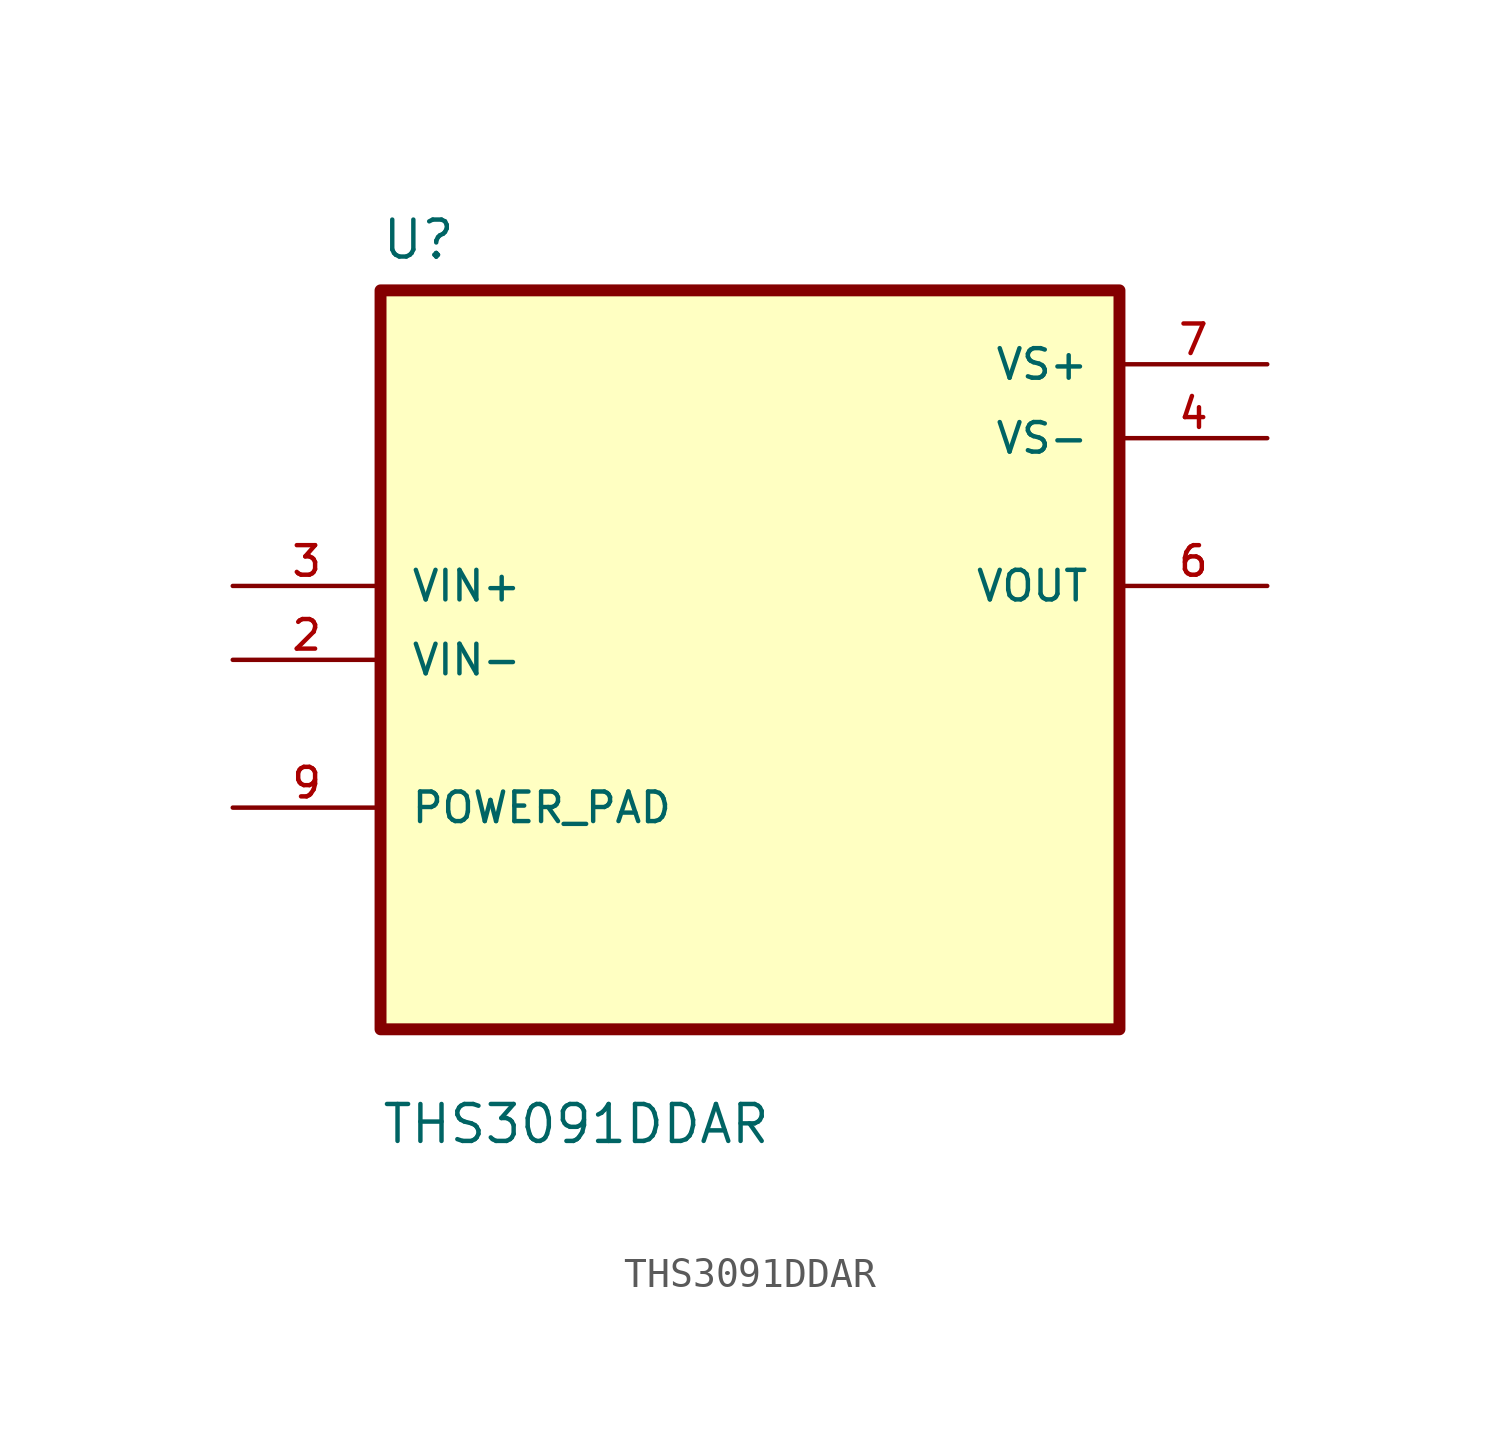
<source format=kicad_sym>
(kicad_symbol_lib
  (version 20231120)
  (generator "kicad_symbol_editor")
  (generator_version "8.0")
  (symbol "THS3091DDAR"
    (pin_names
      (offset 1.016))
    (property "Reference" "U"
      (at -12.7 13.7 0)
      (effects (font (size 1.27 1.27)) (justify left bottom)))
    (property "Value" "THS3091DDAR"
      (at -12.7 -16.7 0)
      (effects (font (size 1.27 1.27)) (justify left bottom)))
    (symbol "THS3091DDAR_0_0"
      (rectangle (start -12.7 -12.7) (end 12.7 12.7) (stroke (width 0.41) (type default)) (fill (type background)))
      (pin input line (at -17.78 0 0) (length 5.08) (name "VIN-" (effects (font (size 1.016 1.016)))) (number "2" (effects (font (size 1.016 1.016)))))
      (pin input line (at -17.78 2.54 0) (length 5.08) (name "VIN+" (effects (font (size 1.016 1.016)))) (number "3" (effects (font (size 1.016 1.016)))))
      (pin power_in line (at 17.78 7.62 180) (length 5.08) (name "VS-" (effects (font (size 1.016 1.016)))) (number "4" (effects (font (size 1.016 1.016)))))
      (pin output line (at 17.78 2.54 180) (length 5.08) (name "VOUT" (effects (font (size 1.016 1.016)))) (number "6" (effects (font (size 1.016 1.016)))))
      (pin power_in line (at 17.78 10.16 180) (length 5.08) (name "VS+" (effects (font (size 1.016 1.016)))) (number "7" (effects (font (size 1.016 1.016)))))
      (pin bidirectional line (at -17.78 -5.08 0) (length 5.08) (name "POWER_PAD" (effects (font (size 1.016 1.016)))) (number "9" (effects (font (size 1.016 1.016))))))))
</source>
